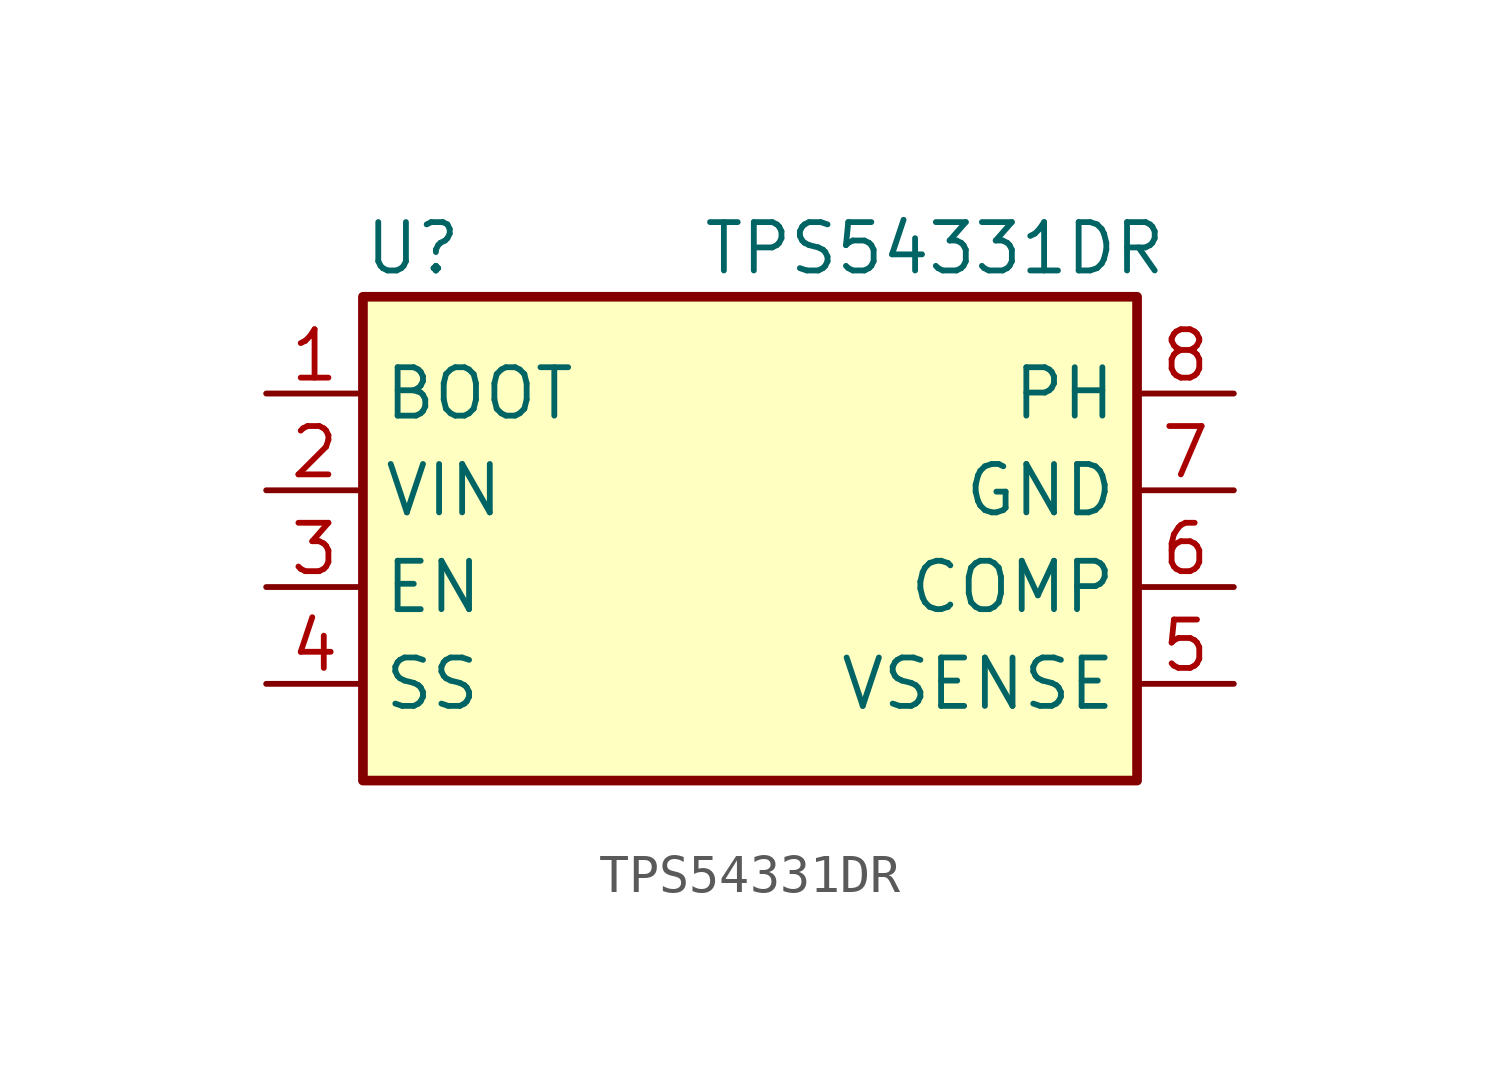
<source format=kicad_sym>
(kicad_symbol_lib
  (version 20220914)
  (generator kicad_symbol_editor)
  (symbol "TPS54331DR"
    (property "Reference" "U"
      (at -10.16 8.89 0)
      (effects (font (size 1.27 1.27)) (justify left)))
    (property "Value" "TPS54331DR"
      (at -1.27 8.89 0)
      (effects (font (size 1.27 1.27)) (justify left)))
    (symbol "TPS54331DR_0_1"
      (rectangle (start -10.16 7.62) (end 10.16 -5.08) (stroke (width 0.254) (type default)) (fill (type background))))
    (symbol "TPS54331DR_1_1"
      (pin input line (at -12.7 5.08 0) (length 2.54) (name "BOOT" (effects (font (size 1.27 1.27)))) (number "1" (effects (font (size 1.27 1.27)))))
      (pin power_in line (at -12.7 2.54 0) (length 2.54) (name "VIN" (effects (font (size 1.27 1.27)))) (number "2" (effects (font (size 1.27 1.27)))))
      (pin input line (at -12.7 0 0) (length 2.54) (name "EN" (effects (font (size 1.27 1.27)))) (number "3" (effects (font (size 1.27 1.27)))))
      (pin input line (at -12.7 -2.54 0) (length 2.54) (name "SS" (effects (font (size 1.27 1.27)))) (number "4" (effects (font (size 1.27 1.27)))))
      (pin input line (at 12.7 -2.54 180) (length 2.54) (name "VSENSE" (effects (font (size 1.27 1.27)))) (number "5" (effects (font (size 1.27 1.27)))))
      (pin input line (at 12.7 0 180) (length 2.54) (name "COMP" (effects (font (size 1.27 1.27)))) (number "6" (effects (font (size 1.27 1.27)))))
      (pin power_in line (at 12.7 2.54 180) (length 2.54) (name "GND" (effects (font (size 1.27 1.27)))) (number "7" (effects (font (size 1.27 1.27)))))
      (pin output line (at 12.7 5.08 180) (length 2.54) (name "PH" (effects (font (size 1.27 1.27)))) (number "8" (effects (font (size 1.27 1.27))))))))
</source>
